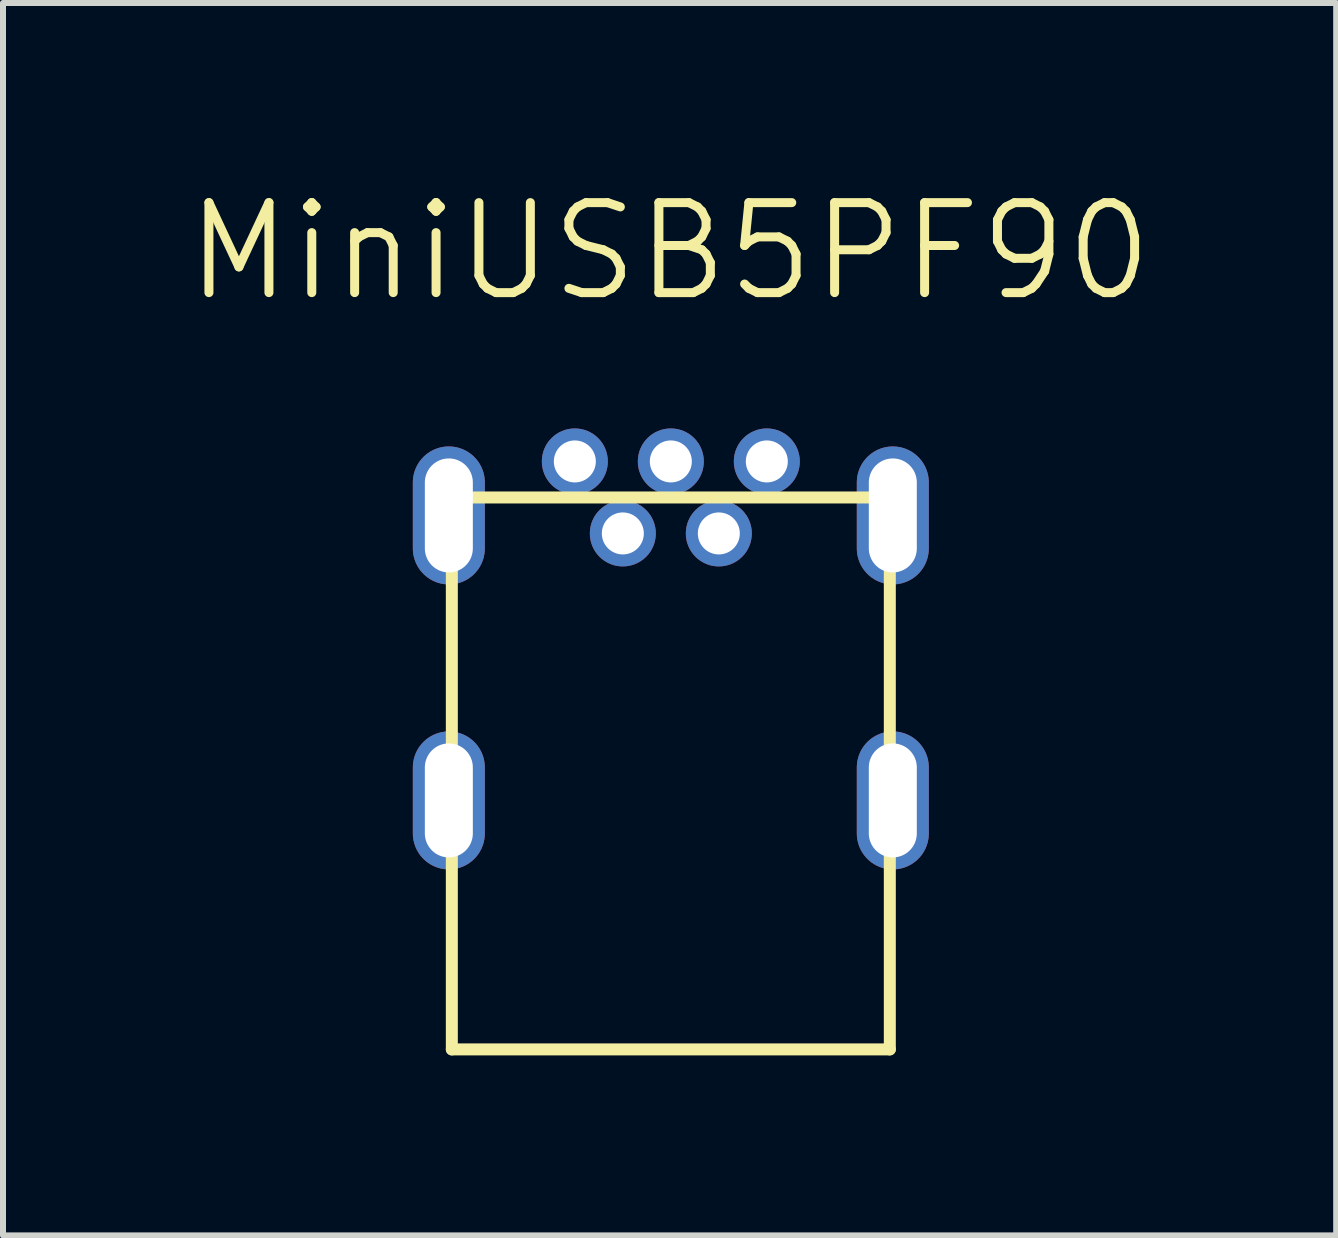
<source format=kicad_pcb>
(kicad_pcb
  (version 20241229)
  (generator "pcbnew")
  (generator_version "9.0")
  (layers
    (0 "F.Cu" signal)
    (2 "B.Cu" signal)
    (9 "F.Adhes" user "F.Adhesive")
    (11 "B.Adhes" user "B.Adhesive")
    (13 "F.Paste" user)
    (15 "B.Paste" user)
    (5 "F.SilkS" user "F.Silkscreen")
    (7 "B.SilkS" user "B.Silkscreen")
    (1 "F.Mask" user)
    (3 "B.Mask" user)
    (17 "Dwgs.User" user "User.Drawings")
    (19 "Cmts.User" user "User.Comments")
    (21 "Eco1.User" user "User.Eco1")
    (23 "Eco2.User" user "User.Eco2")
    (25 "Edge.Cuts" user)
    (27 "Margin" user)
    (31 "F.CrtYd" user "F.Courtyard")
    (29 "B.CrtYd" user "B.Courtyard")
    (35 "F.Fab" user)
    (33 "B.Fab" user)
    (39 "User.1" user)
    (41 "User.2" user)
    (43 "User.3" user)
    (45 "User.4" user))
  (footprint "MiniUSB5PF90"
    (layer "F.Cu")
    (at 8.131 5.241)
    (property "Reference" "MiniUSB5PF90" (at -0.02 -4.1 0) (layer "F.SilkS") (effects (font (size 1.5 1.5) (thickness 0.15))))
    (attr through_hole)
    (fp_line (start -3.65 0) (end -3.65 9.2) (stroke (width 0.2) (type solid)) (layer "F.SilkS"))
    (fp_line (start -3.65 9.2) (end 3.65 9.2) (stroke (width 0.2) (type solid)) (layer "F.SilkS"))
    (fp_line (start 3.65 0) (end -3.65 0) (stroke (width 0.2) (type solid)) (layer "F.SilkS"))
    (fp_line (start 3.65 9.2) (end 3.65 0) (stroke (width 0.2) (type solid)) (layer "F.SilkS"))
    (pad "1" thru_hole circle (at -1.6 -0.6) (size 1.1 1.1) (drill 0.7) (layers "*.Cu" "*.Mask"))
    (pad "2" thru_hole circle (at -0.8 0.6) (size 1.1 1.1) (drill 0.7) (layers "*.Cu" "*.Mask"))
    (pad "3" thru_hole circle (at 0 -0.6) (size 1.1 1.1) (drill 0.7) (layers "*.Cu" "*.Mask"))
    (pad "4" thru_hole circle (at 0.8 0.6) (size 1.1 1.1) (drill 0.7) (layers "*.Cu" "*.Mask"))
    (pad "5" thru_hole circle (at 1.6 -0.6) (size 1.1 1.1) (drill 0.7) (layers "*.Cu" "*.Mask"))
    (pad "6" thru_hole oval (at -3.7 0.3) (size 1.2 2.3) (drill oval 0.8 1.9) (layers "*.Cu" "*.Mask"))
    (pad "6" thru_hole oval (at -3.7 5.05) (size 1.2 2.3) (drill oval 0.8 1.9) (layers "*.Cu" "*.Mask"))
    (pad "6" thru_hole oval (at 3.7 0.3) (size 1.2 2.3) (drill oval 0.8 1.9) (layers "*.Cu" "*.Mask"))
    (pad "6" thru_hole oval (at 3.7 5.05) (size 1.2 2.3) (drill oval 0.8 1.9) (layers "*.Cu" "*.Mask")))
  (gr_rect
    (start -3 -3)
    (end 19.221 17.541)
    (stroke (width 0.1) (type default))
    (fill no)
    (layer "Edge.Cuts")))
</source>
